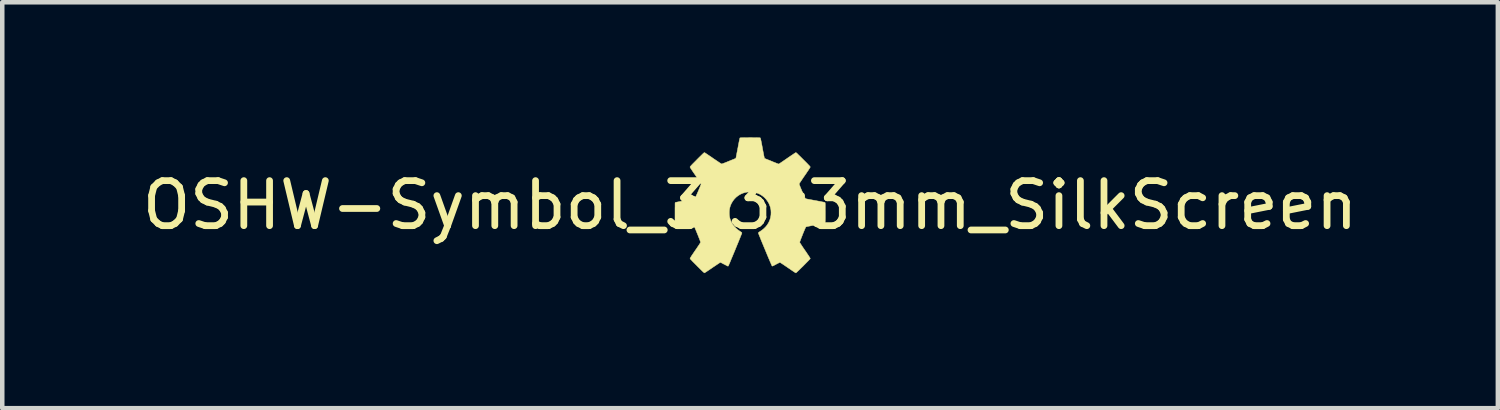
<source format=kicad_pcb>
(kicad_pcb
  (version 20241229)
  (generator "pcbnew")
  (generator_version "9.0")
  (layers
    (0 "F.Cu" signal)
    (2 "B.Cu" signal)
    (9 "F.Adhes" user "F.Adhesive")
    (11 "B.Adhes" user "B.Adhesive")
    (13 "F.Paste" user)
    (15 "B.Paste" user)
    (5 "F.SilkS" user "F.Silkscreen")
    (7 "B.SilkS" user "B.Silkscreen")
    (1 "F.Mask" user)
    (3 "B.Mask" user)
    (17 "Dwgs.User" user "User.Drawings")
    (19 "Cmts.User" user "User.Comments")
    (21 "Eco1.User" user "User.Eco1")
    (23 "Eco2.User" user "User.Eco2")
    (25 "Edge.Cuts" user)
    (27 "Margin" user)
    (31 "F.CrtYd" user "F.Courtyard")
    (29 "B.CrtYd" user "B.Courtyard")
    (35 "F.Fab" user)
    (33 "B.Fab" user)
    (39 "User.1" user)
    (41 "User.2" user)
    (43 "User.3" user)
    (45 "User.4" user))
  (footprint "OSHW-Symbol_3.3x3mm_SilkScreen"
    (layer "F.Cu")
    (at 13.601 1.505)
    (property "Reference" "OSHW-Symbol_3.3x3mm_SilkScreen" (at 0 0 0) (layer "F.SilkS") (effects (font (size 1 1) (thickness 0.15))))
    (attr exclude_from_pos_files exclude_from_bom)
    (fp_poly (pts (xy 0.026 -1.5) (xy 0.061 -1.499) (xy 0.094 -1.499) (xy 0.126 -1.499) (xy 0.154 -1.498) (xy 0.179 -1.498) (xy 0.2 -1.497) (xy 0.215 -1.496) (xy 0.224 -1.495) (xy 0.227 -1.494) (xy 0.228 -1.492) (xy 0.23 -1.487) (xy 0.233 -1.479) (xy 0.235 -1.468) (xy 0.239 -1.453) (xy 0.243 -1.433) (xy 0.248 -1.409) (xy 0.254 -1.379) (xy 0.261 -1.343) (xy 0.269 -1.3) (xy 0.274 -1.272) (xy 0.281 -1.233) (xy 0.288 -1.196) (xy 0.295 -1.162) (xy 0.301 -1.131) (xy 0.306 -1.103) (xy 0.311 -1.081) (xy 0.315 -1.063) (xy 0.317 -1.052) (xy 0.319 -1.047) (xy 0.319 -1.047) (xy 0.324 -1.04) (xy 0.327 -1.037) (xy 0.387 -1.012) (xy 0.441 -0.991) (xy 0.487 -0.972) (xy 0.527 -0.955) (xy 0.561 -0.942) (xy 0.588 -0.931) (xy 0.609 -0.923) (xy 0.623 -0.918) (xy 0.631 -0.915) (xy 0.633 -0.915) (xy 0.635 -0.915) (xy 0.637 -0.915) (xy 0.639 -0.915) (xy 0.642 -0.917) (xy 0.646 -0.919) (xy 0.652 -0.923) (xy 0.66 -0.928) (xy 0.671 -0.935) (xy 0.685 -0.945) (xy 0.703 -0.957) (xy 0.725 -0.971) (xy 0.75 -0.989) (xy 0.781 -1.01) (xy 0.817 -1.035) (xy 0.84 -1.051) (xy 0.871 -1.072) (xy 0.9 -1.092) (xy 0.927 -1.11) (xy 0.951 -1.126) (xy 0.971 -1.14) (xy 0.988 -1.151) (xy 1 -1.159) (xy 1.007 -1.164) (xy 1.008 -1.165) (xy 1.016 -1.167) (xy 1.024 -1.165) (xy 1.026 -1.164) (xy 1.031 -1.16) (xy 1.04 -1.152) (xy 1.053 -1.14) (xy 1.069 -1.123) (xy 1.089 -1.104) (xy 1.112 -1.082) (xy 1.137 -1.057) (xy 1.163 -1.031) (xy 1.186 -1.008) (xy 1.218 -0.976) (xy 1.245 -0.949) (xy 1.268 -0.926) (xy 1.286 -0.907) (xy 1.301 -0.891) (xy 1.313 -0.879) (xy 1.322 -0.869) (xy 1.328 -0.861) (xy 1.332 -0.856) (xy 1.335 -0.852) (xy 1.336 -0.848) (xy 1.336 -0.847) (xy 1.335 -0.843) (xy 1.331 -0.837) (xy 1.325 -0.826) (xy 1.317 -0.813) (xy 1.305 -0.795) (xy 1.291 -0.772) (xy 1.272 -0.746) (xy 1.251 -0.713) (xy 1.225 -0.676) (xy 1.214 -0.66) (xy 1.192 -0.628) (xy 1.171 -0.597) (xy 1.152 -0.569) (xy 1.135 -0.543) (xy 1.12 -0.52) (xy 1.107 -0.502) (xy 1.098 -0.487) (xy 1.092 -0.478) (xy 1.09 -0.474) (xy 1.091 -0.47) (xy 1.092 -0.464) (xy 1.095 -0.453) (xy 1.101 -0.439) (xy 1.108 -0.421) (xy 1.117 -0.397) (xy 1.129 -0.369) (xy 1.144 -0.334) (xy 1.154 -0.311) (xy 1.168 -0.278) (xy 1.182 -0.247) (xy 1.194 -0.22) (xy 1.205 -0.196) (xy 1.214 -0.176) (xy 1.221 -0.161) (xy 1.226 -0.152) (xy 1.228 -0.15) (xy 1.233 -0.146) (xy 1.242 -0.143) (xy 1.256 -0.139) (xy 1.275 -0.135) (xy 1.296 -0.131) (xy 1.356 -0.12) (xy 1.411 -0.11) (xy 1.461 -0.101) (xy 1.507 -0.092) (xy 1.547 -0.085) (xy 1.581 -0.078) (xy 1.61 -0.072) (xy 1.632 -0.068) (xy 1.648 -0.065) (xy 1.657 -0.062) (xy 1.659 -0.062) (xy 1.665 -0.056) (xy 1.667 -0.052) (xy 1.668 -0.048) (xy 1.668 -0.037) (xy 1.669 -0.019) (xy 1.669 0.003) (xy 1.669 0.03) (xy 1.669 0.061) (xy 1.669 0.096) (xy 1.67 0.133) (xy 1.67 0.171) (xy 1.67 0.217) (xy 1.67 0.256) (xy 1.67 0.289) (xy 1.669 0.316) (xy 1.669 0.339) (xy 1.668 0.356) (xy 1.668 0.37) (xy 1.667 0.381) (xy 1.665 0.388) (xy 1.664 0.393) (xy 1.662 0.396) (xy 1.659 0.398) (xy 1.656 0.4) (xy 1.653 0.401) (xy 1.652 0.401) (xy 1.648 0.402) (xy 1.637 0.404) (xy 1.62 0.407) (xy 1.598 0.411) (xy 1.571 0.416) (xy 1.541 0.422) (xy 1.507 0.428) (xy 1.471 0.435) (xy 1.446 0.439) (xy 1.402 0.448) (xy 1.364 0.455) (xy 1.333 0.461) (xy 1.307 0.466) (xy 1.286 0.47) (xy 1.269 0.474) (xy 1.257 0.477) (xy 1.248 0.479) (xy 1.242 0.481) (xy 1.239 0.483) (xy 1.239 0.484) (xy 1.236 0.489) (xy 1.23 0.499) (xy 1.223 0.516) (xy 1.214 0.536) (xy 1.204 0.56) (xy 1.193 0.586) (xy 1.181 0.615) (xy 1.169 0.644) (xy 1.158 0.674) (xy 1.146 0.703) (xy 1.135 0.731) (xy 1.125 0.757) (xy 1.117 0.779) (xy 1.11 0.798) (xy 1.105 0.812) (xy 1.103 0.821) (xy 1.103 0.823) (xy 1.104 0.826) (xy 1.106 0.832) (xy 1.111 0.841) (xy 1.118 0.853) (xy 1.128 0.868) (xy 1.14 0.887) (xy 1.156 0.911) (xy 1.175 0.94) (xy 1.198 0.973) (xy 1.219 1.004) (xy 1.248 1.045) (xy 1.272 1.082) (xy 1.293 1.112) (xy 1.309 1.137) (xy 1.321 1.156) (xy 1.33 1.17) (xy 1.335 1.179) (xy 1.336 1.183) (xy 1.335 1.186) (xy 1.332 1.19) (xy 1.327 1.197) (xy 1.319 1.206) (xy 1.308 1.218) (xy 1.294 1.233) (xy 1.276 1.251) (xy 1.254 1.273) (xy 1.228 1.3) (xy 1.197 1.331) (xy 1.181 1.348) (xy 1.145 1.383) (xy 1.113 1.414) (xy 1.087 1.44) (xy 1.065 1.461) (xy 1.047 1.478) (xy 1.034 1.49) (xy 1.025 1.498) (xy 1.019 1.502) (xy 1.017 1.503) (xy 1.016 1.503) (xy 1.013 1.502) (xy 1.01 1.501) (xy 1.006 1.499) (xy 1 1.495) (xy 0.992 1.49) (xy 0.982 1.483) (xy 0.968 1.474) (xy 0.951 1.463) (xy 0.931 1.449) (xy 0.906 1.432) (xy 0.876 1.411) (xy 0.841 1.388) (xy 0.801 1.36) (xy 0.799 1.359) (xy 0.771 1.34) (xy 0.746 1.323) (xy 0.722 1.307) (xy 0.702 1.294) (xy 0.685 1.283) (xy 0.673 1.275) (xy 0.665 1.271) (xy 0.663 1.27) (xy 0.658 1.272) (xy 0.647 1.277) (xy 0.632 1.284) (xy 0.614 1.293) (xy 0.593 1.304) (xy 0.581 1.31) (xy 0.56 1.322) (xy 0.54 1.332) (xy 0.523 1.341) (xy 0.51 1.347) (xy 0.503 1.351) (xy 0.501 1.352) (xy 0.494 1.351) (xy 0.487 1.348) (xy 0.485 1.343) (xy 0.48 1.333) (xy 0.473 1.317) (xy 0.464 1.296) (xy 0.453 1.27) (xy 0.44 1.241) (xy 0.426 1.207) (xy 0.41 1.171) (xy 0.394 1.132) (xy 0.377 1.092) (xy 0.36 1.05) (xy 0.342 1.007) (xy 0.324 0.964) (xy 0.306 0.921) (xy 0.289 0.879) (xy 0.272 0.839) (xy 0.256 0.8) (xy 0.241 0.763) (xy 0.228 0.73) (xy 0.216 0.7) (xy 0.205 0.674) (xy 0.197 0.652) (xy 0.19 0.636) (xy 0.186 0.625) (xy 0.185 0.62) (xy 0.186 0.613) (xy 0.188 0.608) (xy 0.194 0.602) (xy 0.204 0.595) (xy 0.212 0.59) (xy 0.264 0.555) (xy 0.309 0.518) (xy 0.348 0.479) (xy 0.381 0.438) (xy 0.408 0.394) (xy 0.417 0.377) (xy 0.439 0.326) (xy 0.455 0.272) (xy 0.464 0.217) (xy 0.466 0.161) (xy 0.463 0.105) (xy 0.452 0.051) (xy 0.44 0.014) (xy 0.418 -0.039) (xy 0.389 -0.088) (xy 0.355 -0.133) (xy 0.316 -0.174) (xy 0.272 -0.209) (xy 0.225 -0.239) (xy 0.202 -0.251) (xy 0.148 -0.272) (xy 0.094 -0.286) (xy 0.039 -0.294) (xy -0.015 -0.295) (xy -0.069 -0.29) (xy -0.122 -0.279) (xy -0.173 -0.262) (xy -0.221 -0.239) (xy -0.267 -0.21) (xy -0.31 -0.176) (xy -0.348 -0.137) (xy -0.382 -0.093) (xy -0.411 -0.045) (xy -0.432 -0.000289) (xy -0.446 0.043) (xy -0.456 0.087) (xy -0.461 0.134) (xy -0.462 0.171) (xy -0.46 0.22) (xy -0.454 0.264) (xy -0.443 0.307) (xy -0.427 0.35) (xy -0.415 0.376) (xy -0.39 0.419) (xy -0.361 0.459) (xy -0.327 0.497) (xy -0.287 0.534) (xy -0.241 0.568) (xy -0.209 0.59) (xy -0.196 0.598) (xy -0.187 0.605) (xy -0.183 0.61) (xy -0.182 0.616) (xy -0.182 0.62) (xy -0.183 0.624) (xy -0.187 0.635) (xy -0.193 0.651) (xy -0.202 0.672) (xy -0.212 0.698) (xy -0.224 0.728) (xy -0.238 0.761) (xy -0.252 0.798) (xy -0.268 0.836) (xy -0.285 0.877) (xy -0.302 0.919) (xy -0.32 0.962) (xy -0.337 1.005) (xy -0.355 1.048) (xy -0.373 1.09) (xy -0.389 1.13) (xy -0.406 1.169) (xy -0.421 1.205) (xy -0.435 1.239) (xy -0.447 1.269) (xy -0.458 1.295) (xy -0.468 1.316) (xy -0.475 1.332) (xy -0.48 1.343) (xy -0.482 1.347) (xy -0.482 1.347) (xy -0.488 1.353) (xy -0.491 1.354) (xy -0.495 1.352) (xy -0.505 1.348) (xy -0.519 1.341) (xy -0.537 1.331) (xy -0.557 1.321) (xy -0.574 1.312) (xy -0.596 1.301) (xy -0.616 1.29) (xy -0.634 1.281) (xy -0.647 1.275) (xy -0.657 1.271) (xy -0.66 1.27) (xy -0.664 1.272) (xy -0.674 1.278) (xy -0.688 1.287) (xy -0.707 1.3) (xy -0.729 1.314) (xy -0.755 1.332) (xy -0.783 1.351) (xy -0.814 1.371) (xy -0.836 1.387) (xy -0.872 1.411) (xy -0.904 1.433) (xy -0.933 1.452) (xy -0.958 1.469) (xy -0.979 1.483) (xy -0.996 1.493) (xy -1.007 1.5) (xy -1.013 1.503) (xy -1.013 1.503) (xy -1.017 1.501) (xy -1.023 1.496) (xy -1.033 1.488) (xy -1.046 1.477) (xy -1.062 1.461) (xy -1.083 1.441) (xy -1.108 1.416) (xy -1.137 1.387) (xy -1.171 1.354) (xy -1.177 1.347) (xy -1.21 1.314) (xy -1.238 1.286) (xy -1.262 1.262) (xy -1.282 1.242) (xy -1.297 1.225) (xy -1.31 1.212) (xy -1.319 1.202) (xy -1.326 1.194) (xy -1.33 1.188) (xy -1.332 1.184) (xy -1.332 1.183) (xy -1.33 1.178) (xy -1.326 1.169) (xy -1.317 1.155) (xy -1.305 1.136) (xy -1.29 1.112) (xy -1.27 1.083) (xy -1.247 1.049) (xy -1.219 1.008) (xy -1.216 1.003) (xy -1.189 0.965) (xy -1.167 0.932) (xy -1.149 0.905) (xy -1.133 0.882) (xy -1.121 0.863) (xy -1.112 0.849) (xy -1.106 0.838) (xy -1.101 0.83) (xy -1.099 0.824) (xy -1.099 0.822) (xy -1.1 0.816) (xy -1.104 0.804) (xy -1.11 0.788) (xy -1.118 0.766) (xy -1.127 0.742) (xy -1.138 0.715) (xy -1.149 0.686) (xy -1.161 0.657) (xy -1.173 0.627) (xy -1.185 0.598) (xy -1.196 0.57) (xy -1.207 0.545) (xy -1.216 0.523) (xy -1.224 0.505) (xy -1.23 0.492) (xy -1.234 0.485) (xy -1.235 0.483) (xy -1.238 0.482) (xy -1.243 0.48) (xy -1.251 0.477) (xy -1.262 0.474) (xy -1.277 0.471) (xy -1.297 0.467) (xy -1.321 0.462) (xy -1.351 0.456) (xy -1.386 0.45) (xy -1.428 0.442) (xy -1.447 0.438) (xy -1.494 0.429) (xy -1.534 0.422) (xy -1.568 0.415) (xy -1.595 0.41) (xy -1.618 0.405) (xy -1.635 0.401) (xy -1.647 0.398) (xy -1.655 0.396) (xy -1.659 0.394) (xy -1.659 0.394) (xy -1.66 0.392) (xy -1.662 0.39) (xy -1.663 0.387) (xy -1.664 0.382) (xy -1.664 0.375) (xy -1.665 0.365) (xy -1.665 0.352) (xy -1.666 0.335) (xy -1.666 0.314) (xy -1.666 0.287) (xy -1.666 0.255) (xy -1.666 0.217) (xy -1.666 0.172) (xy -1.666 0.17) (xy -1.666 0.131) (xy -1.666 0.094) (xy -1.666 0.06) (xy -1.665 0.029) (xy -1.665 0.002) (xy -1.665 -0.02) (xy -1.665 -0.037) (xy -1.664 -0.048) (xy -1.664 -0.052) (xy -1.659 -0.059) (xy -1.655 -0.062) (xy -1.651 -0.063) (xy -1.639 -0.065) (xy -1.623 -0.069) (xy -1.6 -0.073) (xy -1.574 -0.078) (xy -1.543 -0.084) (xy -1.509 -0.091) (xy -1.473 -0.098) (xy -1.442 -0.103) (xy -1.394 -0.112) (xy -1.352 -0.12) (xy -1.317 -0.127) (xy -1.289 -0.133) (xy -1.266 -0.138) (xy -1.248 -0.142) (xy -1.236 -0.145) (xy -1.229 -0.147) (xy -1.227 -0.148) (xy -1.223 -0.153) (xy -1.217 -0.164) (xy -1.209 -0.18) (xy -1.2 -0.2) (xy -1.189 -0.224) (xy -1.177 -0.25) (xy -1.165 -0.278) (xy -1.152 -0.307) (xy -1.14 -0.336) (xy -1.128 -0.364) (xy -1.117 -0.391) (xy -1.107 -0.415) (xy -1.099 -0.436) (xy -1.092 -0.453) (xy -1.088 -0.466) (xy -1.087 -0.472) (xy -1.087 -0.473) (xy -1.089 -0.477) (xy -1.095 -0.488) (xy -1.105 -0.503) (xy -1.117 -0.522) (xy -1.133 -0.545) (xy -1.15 -0.571) (xy -1.17 -0.6) (xy -1.191 -0.631) (xy -1.21 -0.66) (xy -1.237 -0.699) (xy -1.261 -0.733) (xy -1.28 -0.762) (xy -1.296 -0.786) (xy -1.309 -0.806) (xy -1.319 -0.821) (xy -1.326 -0.833) (xy -1.33 -0.841) (xy -1.332 -0.846) (xy -1.332 -0.847) (xy -1.331 -0.85) (xy -1.33 -0.854) (xy -1.326 -0.859) (xy -1.321 -0.866) (xy -1.313 -0.874) (xy -1.303 -0.886) (xy -1.289 -0.9) (xy -1.272 -0.918) (xy -1.251 -0.939) (xy -1.226 -0.964) (xy -1.196 -0.994) (xy -1.181 -1.01) (xy -1.153 -1.038) (xy -1.127 -1.064) (xy -1.102 -1.088) (xy -1.08 -1.11) (xy -1.061 -1.128) (xy -1.045 -1.144) (xy -1.032 -1.155) (xy -1.024 -1.163) (xy -1.021 -1.165) (xy -1.012 -1.167) (xy -1.007 -1.166) (xy -1.003 -1.164) (xy -0.994 -1.158) (xy -0.98 -1.148) (xy -0.961 -1.136) (xy -0.939 -1.121) (xy -0.913 -1.103) (xy -0.884 -1.084) (xy -0.853 -1.063) (xy -0.821 -1.04) (xy -0.82 -1.039) (xy -0.784 -1.015) (xy -0.751 -0.993) (xy -0.721 -0.973) (xy -0.695 -0.955) (xy -0.672 -0.94) (xy -0.654 -0.929) (xy -0.64 -0.92) (xy -0.632 -0.916) (xy -0.63 -0.915) (xy -0.625 -0.916) (xy -0.615 -0.92) (xy -0.599 -0.926) (xy -0.579 -0.933) (xy -0.556 -0.942) (xy -0.531 -0.952) (xy -0.504 -0.963) (xy -0.476 -0.974) (xy -0.448 -0.986) (xy -0.421 -0.997) (xy -0.396 -1.007) (xy -0.373 -1.016) (xy -0.353 -1.024) (xy -0.338 -1.031) (xy -0.328 -1.035) (xy -0.326 -1.036) (xy -0.318 -1.042) (xy -0.314 -1.048) (xy -0.313 -1.053) (xy -0.31 -1.064) (xy -0.307 -1.081) (xy -0.303 -1.103) (xy -0.297 -1.13) (xy -0.292 -1.161) (xy -0.285 -1.195) (xy -0.278 -1.231) (xy -0.271 -1.27) (xy -0.27 -1.272) (xy -0.262 -1.318) (xy -0.254 -1.358) (xy -0.248 -1.391) (xy -0.242 -1.419) (xy -0.238 -1.441) (xy -0.234 -1.459) (xy -0.231 -1.473) (xy -0.228 -1.482) (xy -0.226 -1.489) (xy -0.224 -1.493) (xy -0.223 -1.494) (xy -0.218 -1.495) (xy -0.206 -1.496) (xy -0.189 -1.497) (xy -0.167 -1.498) (xy -0.141 -1.498) (xy -0.111 -1.499) (xy -0.079 -1.499) (xy -0.045 -1.499) (xy -0.01 -1.5) (xy 0.026 -1.5)) (stroke (width 0.01) (type solid)) (fill yes) (layer "F.SilkS")))
  (gr_rect
    (start -3 -3)
    (end 30.202 6.012)
    (stroke (width 0.1) (type default))
    (fill no)
    (layer "Edge.Cuts")))
</source>
